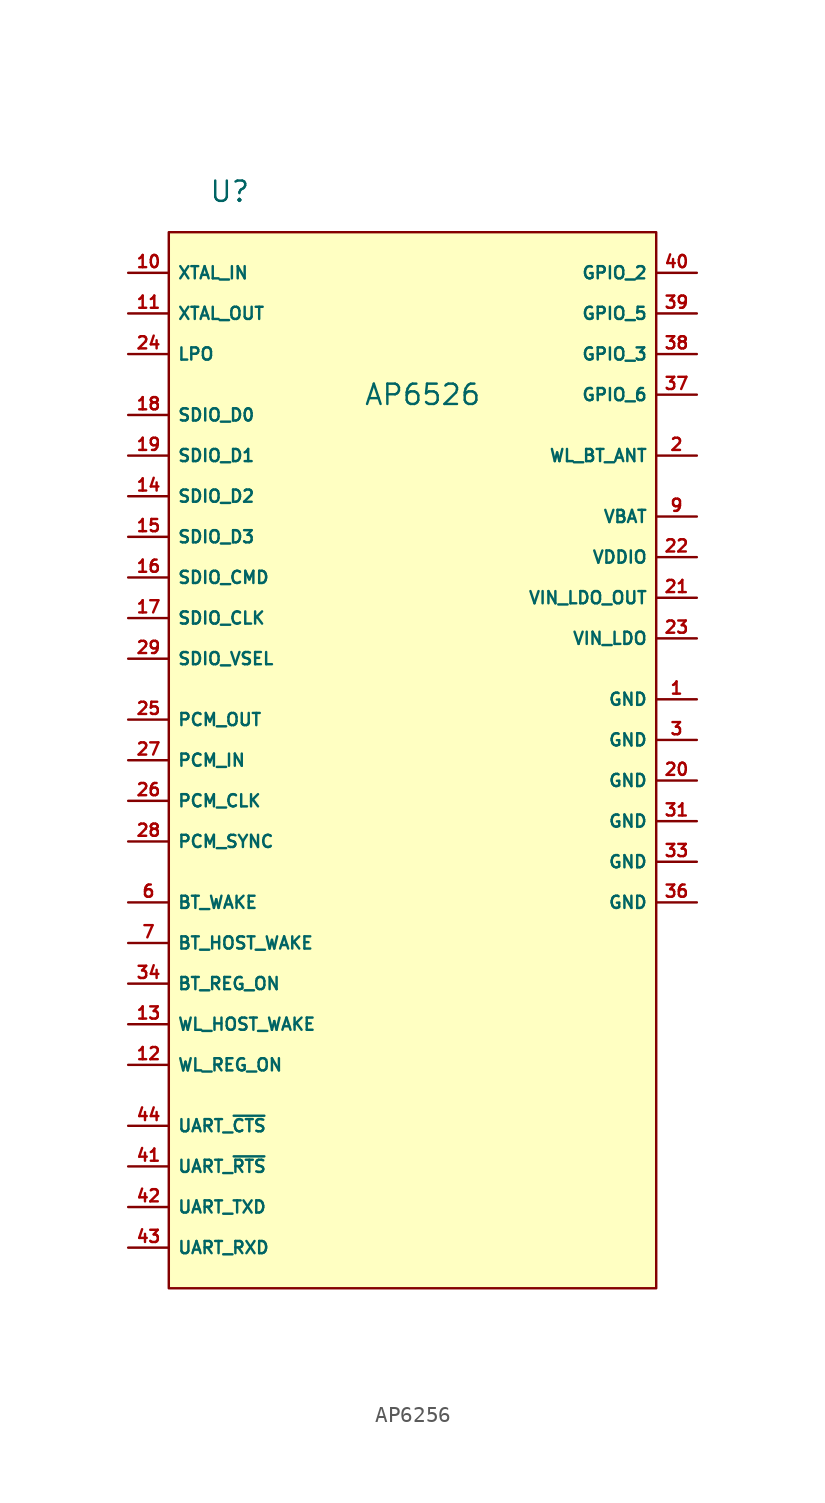
<source format=kicad_sym>
(kicad_symbol_lib
  (version 20220914)
  (generator kicad_symbol_editor)
  (symbol "AP6256"
    (property "Reference" "U"
      (at -11.43 35.56 0)
      (effects (font (size 1.27 1.27))))
    (property "Value" "AP6526"
      (at 0.635 22.86 0)
      (effects (font (size 1.27 1.27))))
    (symbol "AP6256_1_1"
      (rectangle (start -15.24 33.02) (end 15.24 -33.02) (stroke (width 0) (type default)) (fill (type background)))
      (pin power_in line (at 17.78 3.81 180) (length 2.54) (name "GND" (effects (font (size 0.762 0.762)))) (number "1" (effects (font (size 0.762 0.762)))))
      (pin input line (at -17.78 30.48 0) (length 2.54) (name "XTAL_IN" (effects (font (size 0.762 0.762)))) (number "10" (effects (font (size 0.762 0.762)))))
      (pin output line (at -17.78 27.94 0) (length 2.54) (name "XTAL_OUT" (effects (font (size 0.762 0.762)))) (number "11" (effects (font (size 0.762 0.762)))))
      (pin input line (at -17.78 -19.05 0) (length 2.54) (name "WL_REG_ON" (effects (font (size 0.762 0.762)))) (number "12" (effects (font (size 0.762 0.762)))))
      (pin output line (at -17.78 -16.51 0) (length 2.54) (name "WL_HOST_WAKE" (effects (font (size 0.762 0.762)))) (number "13" (effects (font (size 0.762 0.762)))))
      (pin bidirectional line (at -17.78 16.51 0) (length 2.54) (name "SDIO_D2" (effects (font (size 0.762 0.762)))) (number "14" (effects (font (size 0.762 0.762)))))
      (pin bidirectional line (at -17.78 13.97 0) (length 2.54) (name "SDIO_D3" (effects (font (size 0.762 0.762)))) (number "15" (effects (font (size 0.762 0.762)))))
      (pin input line (at -17.78 11.43 0) (length 2.54) (name "SDIO_CMD" (effects (font (size 0.762 0.762)))) (number "16" (effects (font (size 0.762 0.762)))))
      (pin input line (at -17.78 8.89 0) (length 2.54) (name "SDIO_CLK" (effects (font (size 0.762 0.762)))) (number "17" (effects (font (size 0.762 0.762)))))
      (pin bidirectional line (at -17.78 21.59 0) (length 2.54) (name "SDIO_D0" (effects (font (size 0.762 0.762)))) (number "18" (effects (font (size 0.762 0.762)))))
      (pin bidirectional line (at -17.78 19.05 0) (length 2.54) (name "SDIO_D1" (effects (font (size 0.762 0.762)))) (number "19" (effects (font (size 0.762 0.762)))))
      (pin bidirectional line (at 17.78 19.05 180) (length 2.54) (name "WL_BT_ANT" (effects (font (size 0.762 0.762)))) (number "2" (effects (font (size 0.762 0.762)))))
      (pin power_in line (at 17.78 -1.27 180) (length 2.54) (name "GND" (effects (font (size 0.762 0.762)))) (number "20" (effects (font (size 0.762 0.762)))))
      (pin power_out line (at 17.78 10.16 180) (length 2.54) (name "VIN_LDO_OUT" (effects (font (size 0.762 0.762)))) (number "21" (effects (font (size 0.762 0.762)))))
      (pin power_in line (at 17.78 12.7 180) (length 2.54) (name "VDDIO" (effects (font (size 0.762 0.762)))) (number "22" (effects (font (size 0.762 0.762)))))
      (pin power_in line (at 17.78 7.62 180) (length 2.54) (name "VIN_LDO" (effects (font (size 0.762 0.762)))) (number "23" (effects (font (size 0.762 0.762)))))
      (pin input line (at -17.78 25.4 0) (length 2.54) (name "LPO" (effects (font (size 0.762 0.762)))) (number "24" (effects (font (size 0.762 0.762)))))
      (pin output line (at -17.78 2.54 0) (length 2.54) (name "PCM_OUT" (effects (font (size 0.762 0.762)))) (number "25" (effects (font (size 0.762 0.762)))))
      (pin output line (at -17.78 -2.54 0) (length 2.54) (name "PCM_CLK" (effects (font (size 0.762 0.762)))) (number "26" (effects (font (size 0.762 0.762)))))
      (pin input line (at -17.78 0 0) (length 2.54) (name "PCM_IN" (effects (font (size 0.762 0.762)))) (number "27" (effects (font (size 0.762 0.762)))))
      (pin bidirectional line (at -17.78 -5.08 0) (length 2.54) (name "PCM_SYNC" (effects (font (size 0.762 0.762)))) (number "28" (effects (font (size 0.762 0.762)))))
      (pin input line (at -17.78 6.35 0) (length 2.54) (name "SDIO_VSEL" (effects (font (size 0.762 0.762)))) (number "29" (effects (font (size 0.762 0.762)))))
      (pin power_in line (at 17.78 1.27 180) (length 2.54) (name "GND" (effects (font (size 0.762 0.762)))) (number "3" (effects (font (size 0.762 0.762)))))
      (pin no_connect line (at 17.78 -20.32 180) (length 2.54) hide (name "NC" (effects (font (size 0.762 0.762)))) (number "30" (effects (font (size 0.762 0.762)))))
      (pin power_in line (at 17.78 -3.81 180) (length 2.54) (name "GND" (effects (font (size 0.762 0.762)))) (number "31" (effects (font (size 0.762 0.762)))))
      (pin no_connect line (at 17.78 -22.86 180) (length 2.54) hide (name "NC" (effects (font (size 0.762 0.762)))) (number "32" (effects (font (size 0.762 0.762)))))
      (pin power_in line (at 17.78 -6.35 180) (length 2.54) (name "GND" (effects (font (size 0.762 0.762)))) (number "33" (effects (font (size 0.762 0.762)))))
      (pin input line (at -17.78 -13.97 0) (length 2.54) (name "BT_REG_ON" (effects (font (size 0.762 0.762)))) (number "34" (effects (font (size 0.762 0.762)))))
      (pin no_connect line (at 17.78 -25.4 180) (length 2.54) hide (name "NC" (effects (font (size 0.762 0.762)))) (number "35" (effects (font (size 0.762 0.762)))))
      (pin power_in line (at 17.78 -8.89 180) (length 2.54) (name "GND" (effects (font (size 0.762 0.762)))) (number "36" (effects (font (size 0.762 0.762)))))
      (pin bidirectional line (at 17.78 22.86 180) (length 2.54) (name "GPIO_6" (effects (font (size 0.762 0.762)))) (number "37" (effects (font (size 0.762 0.762)))))
      (pin bidirectional line (at 17.78 25.4 180) (length 2.54) (name "GPIO_3" (effects (font (size 0.762 0.762)))) (number "38" (effects (font (size 0.762 0.762)))))
      (pin bidirectional line (at 17.78 27.94 180) (length 2.54) (name "GPIO_5" (effects (font (size 0.762 0.762)))) (number "39" (effects (font (size 0.762 0.762)))))
      (pin no_connect line (at 17.78 -12.7 180) (length 2.54) hide (name "NC" (effects (font (size 0.762 0.762)))) (number "4" (effects (font (size 0.762 0.762)))))
      (pin bidirectional line (at 17.78 30.48 180) (length 2.54) (name "GPIO_2" (effects (font (size 0.762 0.762)))) (number "40" (effects (font (size 0.762 0.762)))))
      (pin output line (at -17.78 -25.4 0) (length 2.54) (name "UART_~{RTS}" (effects (font (size 0.762 0.762)))) (number "41" (effects (font (size 0.762 0.762)))))
      (pin output line (at -17.78 -27.94 0) (length 2.54) (name "UART_TXD" (effects (font (size 0.762 0.762)))) (number "42" (effects (font (size 0.762 0.762)))))
      (pin input line (at -17.78 -30.48 0) (length 2.54) (name "UART_RXD" (effects (font (size 0.762 0.762)))) (number "43" (effects (font (size 0.762 0.762)))))
      (pin input line (at -17.78 -22.86 0) (length 2.54) (name "UART_~{CTS}" (effects (font (size 0.762 0.762)))) (number "44" (effects (font (size 0.762 0.762)))))
      (pin no_connect line (at 17.78 -15.24 180) (length 2.54) hide (name "NC" (effects (font (size 0.762 0.762)))) (number "5" (effects (font (size 0.762 0.762)))))
      (pin input line (at -17.78 -8.89 0) (length 2.54) (name "BT_WAKE" (effects (font (size 0.762 0.762)))) (number "6" (effects (font (size 0.762 0.762)))))
      (pin output line (at -17.78 -11.43 0) (length 2.54) (name "BT_HOST_WAKE" (effects (font (size 0.762 0.762)))) (number "7" (effects (font (size 0.762 0.762)))))
      (pin no_connect line (at 17.78 -17.78 180) (length 2.54) hide (name "NC" (effects (font (size 0.762 0.762)))) (number "8" (effects (font (size 0.762 0.762)))))
      (pin power_in line (at 17.78 15.24 180) (length 2.54) (name "VBAT" (effects (font (size 0.762 0.762)))) (number "9" (effects (font (size 0.762 0.762))))))))
</source>
